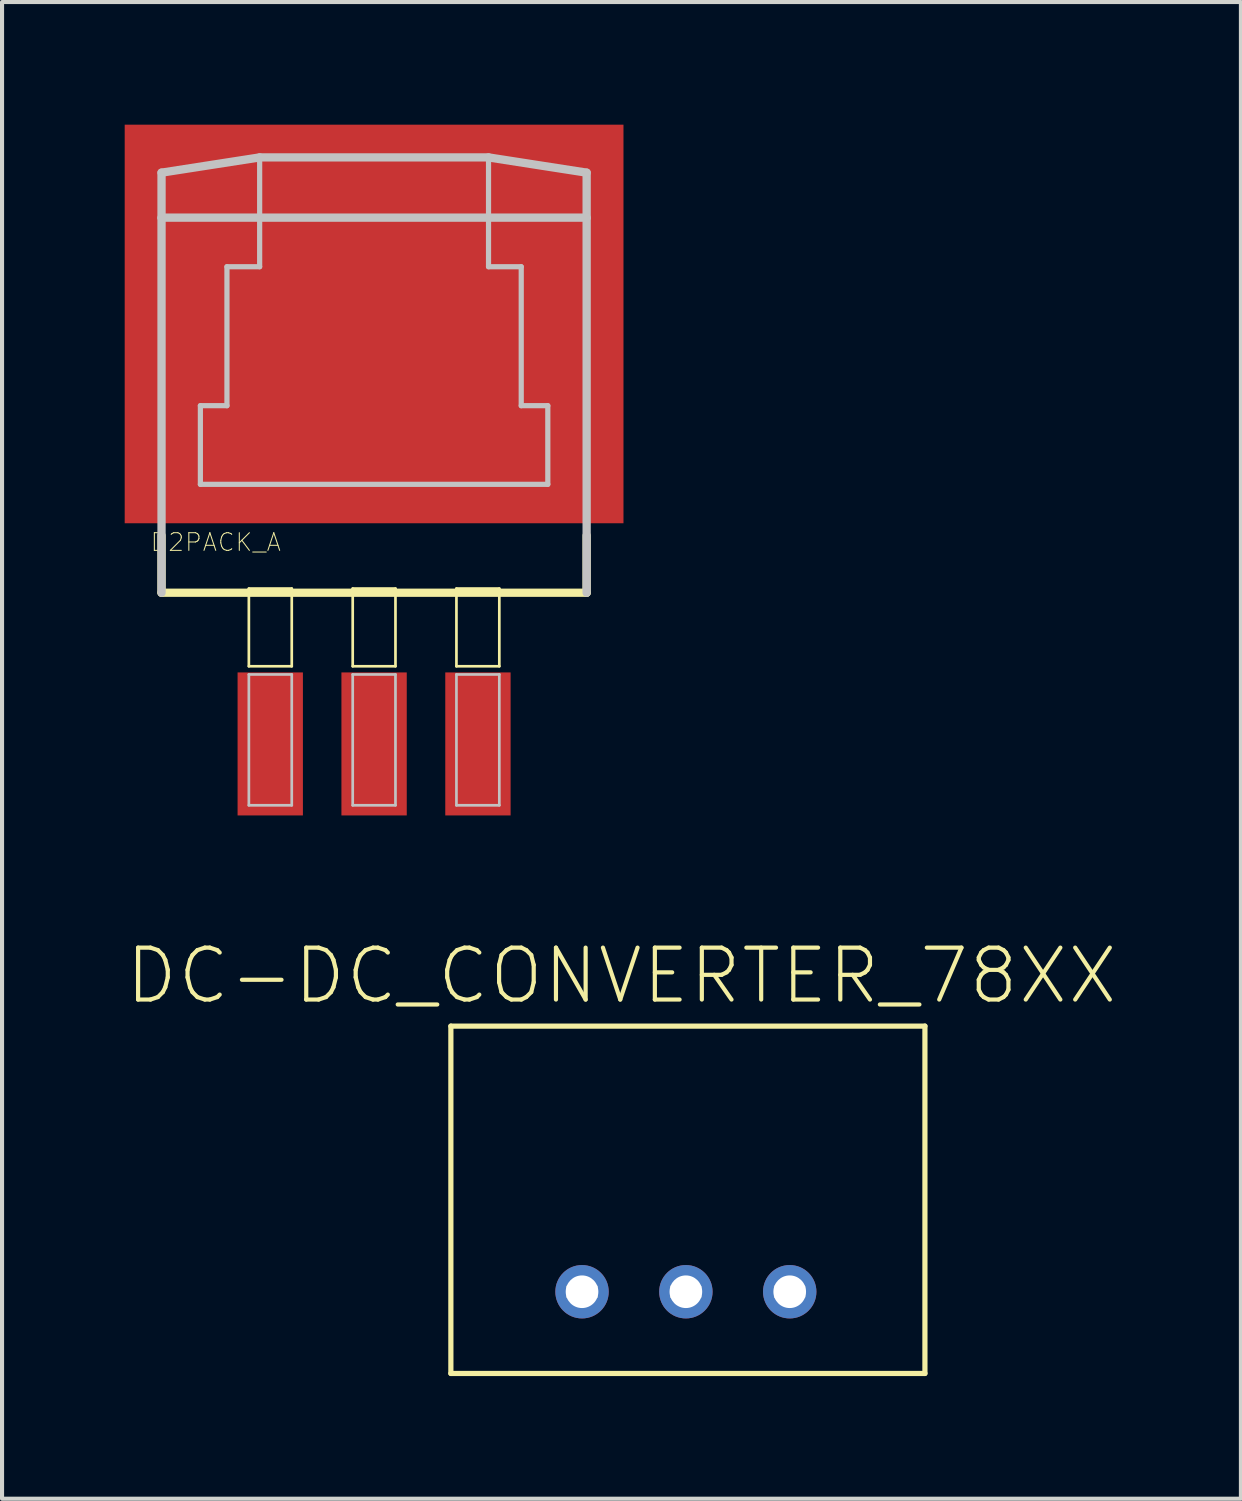
<source format=kicad_pcb>
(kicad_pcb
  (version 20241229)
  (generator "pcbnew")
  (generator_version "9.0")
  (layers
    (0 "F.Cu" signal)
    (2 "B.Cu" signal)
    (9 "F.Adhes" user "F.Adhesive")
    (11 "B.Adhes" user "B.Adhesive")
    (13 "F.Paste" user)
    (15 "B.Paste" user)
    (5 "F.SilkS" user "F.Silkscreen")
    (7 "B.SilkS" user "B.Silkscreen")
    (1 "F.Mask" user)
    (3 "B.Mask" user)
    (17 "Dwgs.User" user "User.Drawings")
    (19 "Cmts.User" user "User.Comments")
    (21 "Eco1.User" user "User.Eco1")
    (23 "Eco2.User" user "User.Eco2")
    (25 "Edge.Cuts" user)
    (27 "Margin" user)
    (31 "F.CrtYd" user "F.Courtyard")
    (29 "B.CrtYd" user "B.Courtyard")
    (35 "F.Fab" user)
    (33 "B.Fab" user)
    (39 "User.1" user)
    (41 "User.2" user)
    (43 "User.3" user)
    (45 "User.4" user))
  (footprint "DC-DC_CONVERTER_78XX"
    (layer "F.Cu")
    (at 13.726 28.545)
    (property "Reference" "DC-DC_CONVERTER_78XX" (at -1.575 -7.729 0) (layer "F.SilkS") (effects (font (size 1.27 1.27) (thickness 0.102))))
    (attr exclude_from_pos_files exclude_from_bom)
    (fp_line (start -5.748 -6.497) (end -5.748 1.999) (stroke (width 0.127) (type solid)) (layer "F.SilkS"))
    (fp_line (start -5.748 1.999) (end 5.847 1.999) (stroke (width 0.127) (type solid)) (layer "F.SilkS"))
    (fp_line (start 5.847 -6.497) (end -5.748 -6.497) (stroke (width 0.127) (type solid)) (layer "F.SilkS"))
    (fp_line (start 5.847 1.999) (end 5.847 -6.497) (stroke (width 0.127) (type solid)) (layer "F.SilkS"))
    (fp_line (start -2.891 -0.122) (end -2.189 -0.122) (stroke (width 0.066) (type solid)) (layer "Dwgs.User"))
    (fp_line (start -2.891 0.124) (end -2.891 -0.122) (stroke (width 0.066) (type solid)) (layer "Dwgs.User"))
    (fp_line (start -2.891 0.124) (end -2.189 0.124) (stroke (width 0.066) (type solid)) (layer "Dwgs.User"))
    (fp_line (start -2.189 0.124) (end -2.189 -0.122) (stroke (width 0.066) (type solid)) (layer "Dwgs.User"))
    (fp_line (start -0.351 -0.122) (end 0.348 -0.122) (stroke (width 0.066) (type solid)) (layer "Dwgs.User"))
    (fp_line (start -0.351 0.124) (end -0.351 -0.122) (stroke (width 0.066) (type solid)) (layer "Dwgs.User"))
    (fp_line (start -0.351 0.124) (end 0.348 0.124) (stroke (width 0.066) (type solid)) (layer "Dwgs.User"))
    (fp_line (start 0.348 0.124) (end 0.348 -0.122) (stroke (width 0.066) (type solid)) (layer "Dwgs.User"))
    (fp_line (start 2.187 -0.122) (end 2.888 -0.122) (stroke (width 0.066) (type solid)) (layer "Dwgs.User"))
    (fp_line (start 2.187 0.124) (end 2.187 -0.122) (stroke (width 0.066) (type solid)) (layer "Dwgs.User"))
    (fp_line (start 2.187 0.124) (end 2.888 0.124) (stroke (width 0.066) (type solid)) (layer "Dwgs.User"))
    (fp_line (start 2.888 0.124) (end 2.888 -0.122) (stroke (width 0.066) (type solid)) (layer "Dwgs.User"))
    (pad "GND" thru_hole circle (at 0 0) (size 1.306 1.306) (drill 0.798) (layers "*.Cu" "*.Paste" "*.Mask"))
    (pad "VIN" thru_hole circle (at -2.54 0) (size 1.306 1.306) (drill 0.798) (layers "*.Cu" "*.Paste" "*.Mask"))
    (pad "VOUT" thru_hole circle (at 2.54 0) (size 1.306 1.306) (drill 0.798) (layers "*.Cu" "*.Paste" "*.Mask")))
  (footprint "D2PACK_A"
    (layer "F.Cu")
    (at 6.1 6.873)
    (property "Reference" "D2PACK_A" (at -3.873 3.34 0) (layer "F.SilkS") (effects (font (size 0.432 0.432) (thickness 0.025))))
    (attr smd)
    (fp_line (start -5.199 4.575) (end -5.199 3.175) (stroke (width 0.203) (type solid)) (layer "F.SilkS"))
    (fp_line (start -3.063 4.473) (end -2.014 4.473) (stroke (width 0.066) (type solid)) (layer "F.SilkS"))
    (fp_line (start -3.063 6.373) (end -3.063 4.473) (stroke (width 0.066) (type solid)) (layer "F.SilkS"))
    (fp_line (start -3.063 6.373) (end -2.014 6.373) (stroke (width 0.066) (type solid)) (layer "F.SilkS"))
    (fp_line (start -2.014 6.373) (end -2.014 4.473) (stroke (width 0.066) (type solid)) (layer "F.SilkS"))
    (fp_line (start -0.523 4.473) (end 0.523 4.473) (stroke (width 0.066) (type solid)) (layer "F.SilkS"))
    (fp_line (start -0.523 6.373) (end -0.523 4.473) (stroke (width 0.066) (type solid)) (layer "F.SilkS"))
    (fp_line (start -0.523 6.373) (end 0.523 6.373) (stroke (width 0.066) (type solid)) (layer "F.SilkS"))
    (fp_line (start 0.523 6.373) (end 0.523 4.473) (stroke (width 0.066) (type solid)) (layer "F.SilkS"))
    (fp_line (start 2.014 4.473) (end 3.063 4.473) (stroke (width 0.066) (type solid)) (layer "F.SilkS"))
    (fp_line (start 2.014 6.373) (end 2.014 4.473) (stroke (width 0.066) (type solid)) (layer "F.SilkS"))
    (fp_line (start 2.014 6.373) (end 3.063 6.373) (stroke (width 0.066) (type solid)) (layer "F.SilkS"))
    (fp_line (start 3.063 6.373) (end 3.063 4.473) (stroke (width 0.066) (type solid)) (layer "F.SilkS"))
    (fp_line (start 5.199 4.575) (end -5.199 4.575) (stroke (width 0.203) (type solid)) (layer "F.SilkS"))
    (fp_line (start 5.199 4.575) (end 5.199 3.175) (stroke (width 0.203) (type solid)) (layer "F.SilkS"))
    (fp_line (start -5.199 -5.7) (end -2.799 -6.073) (stroke (width 0.203) (type solid)) (layer "Dwgs.User"))
    (fp_line (start -5.199 -4.6) (end -5.199 -5.7) (stroke (width 0.203) (type solid)) (layer "Dwgs.User"))
    (fp_line (start -5.199 4.575) (end -5.199 -4.575) (stroke (width 0.203) (type solid)) (layer "Dwgs.User"))
    (fp_line (start -4.249 0) (end -3.599 0) (stroke (width 0.127) (type solid)) (layer "Dwgs.User"))
    (fp_line (start -4.249 1.923) (end -4.249 0) (stroke (width 0.127) (type solid)) (layer "Dwgs.User"))
    (fp_line (start -3.599 -3.399) (end -2.799 -3.399) (stroke (width 0.127) (type solid)) (layer "Dwgs.User"))
    (fp_line (start -3.599 0) (end -3.599 -3.399) (stroke (width 0.127) (type solid)) (layer "Dwgs.User"))
    (fp_line (start -3.063 6.574) (end -2.014 6.574) (stroke (width 0.066) (type solid)) (layer "Dwgs.User"))
    (fp_line (start -3.063 9.774) (end -3.063 6.574) (stroke (width 0.066) (type solid)) (layer "Dwgs.User"))
    (fp_line (start -3.063 9.774) (end -2.014 9.774) (stroke (width 0.066) (type solid)) (layer "Dwgs.User"))
    (fp_line (start -2.799 -6.073) (end 2.799 -6.073) (stroke (width 0.127) (type solid)) (layer "Dwgs.User"))
    (fp_line (start -2.799 -6.073) (end 2.799 -6.073) (stroke (width 0.203) (type solid)) (layer "Dwgs.User"))
    (fp_line (start -2.799 -3.399) (end -2.799 -6.073) (stroke (width 0.127) (type solid)) (layer "Dwgs.User"))
    (fp_line (start -2.014 9.774) (end -2.014 6.574) (stroke (width 0.066) (type solid)) (layer "Dwgs.User"))
    (fp_line (start -0.523 6.574) (end 0.523 6.574) (stroke (width 0.066) (type solid)) (layer "Dwgs.User"))
    (fp_line (start -0.523 9.774) (end -0.523 6.574) (stroke (width 0.066) (type solid)) (layer "Dwgs.User"))
    (fp_line (start -0.523 9.774) (end 0.523 9.774) (stroke (width 0.066) (type solid)) (layer "Dwgs.User"))
    (fp_line (start 0.523 9.774) (end 0.523 6.574) (stroke (width 0.066) (type solid)) (layer "Dwgs.User"))
    (fp_line (start 2.014 6.574) (end 3.063 6.574) (stroke (width 0.066) (type solid)) (layer "Dwgs.User"))
    (fp_line (start 2.014 9.774) (end 2.014 6.574) (stroke (width 0.066) (type solid)) (layer "Dwgs.User"))
    (fp_line (start 2.014 9.774) (end 3.063 9.774) (stroke (width 0.066) (type solid)) (layer "Dwgs.User"))
    (fp_line (start 2.799 -6.073) (end 2.799 -3.399) (stroke (width 0.127) (type solid)) (layer "Dwgs.User"))
    (fp_line (start 2.799 -6.073) (end 5.199 -5.7) (stroke (width 0.203) (type solid)) (layer "Dwgs.User"))
    (fp_line (start 2.799 -3.399) (end 3.599 -3.399) (stroke (width 0.127) (type solid)) (layer "Dwgs.User"))
    (fp_line (start 3.063 9.774) (end 3.063 6.574) (stroke (width 0.066) (type solid)) (layer "Dwgs.User"))
    (fp_line (start 3.599 -3.399) (end 3.599 0) (stroke (width 0.127) (type solid)) (layer "Dwgs.User"))
    (fp_line (start 3.599 0) (end 4.249 0) (stroke (width 0.127) (type solid)) (layer "Dwgs.User"))
    (fp_line (start 4.249 0) (end 4.249 1.923) (stroke (width 0.127) (type solid)) (layer "Dwgs.User"))
    (fp_line (start 4.249 1.923) (end -4.249 1.923) (stroke (width 0.127) (type solid)) (layer "Dwgs.User"))
    (fp_line (start 5.199 -5.7) (end 5.199 -4.6) (stroke (width 0.203) (type solid)) (layer "Dwgs.User"))
    (fp_line (start 5.199 -4.6) (end -5.199 -4.6) (stroke (width 0.203) (type solid)) (layer "Dwgs.User"))
    (fp_line (start 5.199 -4.575) (end 5.199 4.575) (stroke (width 0.203) (type solid)) (layer "Dwgs.User"))
    (pad "1" smd rect (at -2.54 8.273) (size 1.598 3.498) (layers "F.Cu" "F.Mask" "F.Paste"))
    (pad "2" smd rect (at 0 8.273) (size 1.598 3.498) (layers "F.Cu" "F.Mask" "F.Paste"))
    (pad "3" smd rect (at 2.54 8.273) (size 1.598 3.498) (layers "F.Cu" "F.Mask" "F.Paste"))
    (pad "TAB" smd rect (at 0 -1.999) (size 12.2 9.749) (layers "F.Cu" "F.Mask" "F.Paste")))
  (gr_rect
    (start -3 -3)
    (end 27.302 33.608)
    (stroke (width 0.1) (type default))
    (fill no)
    (layer "Edge.Cuts")))
</source>
